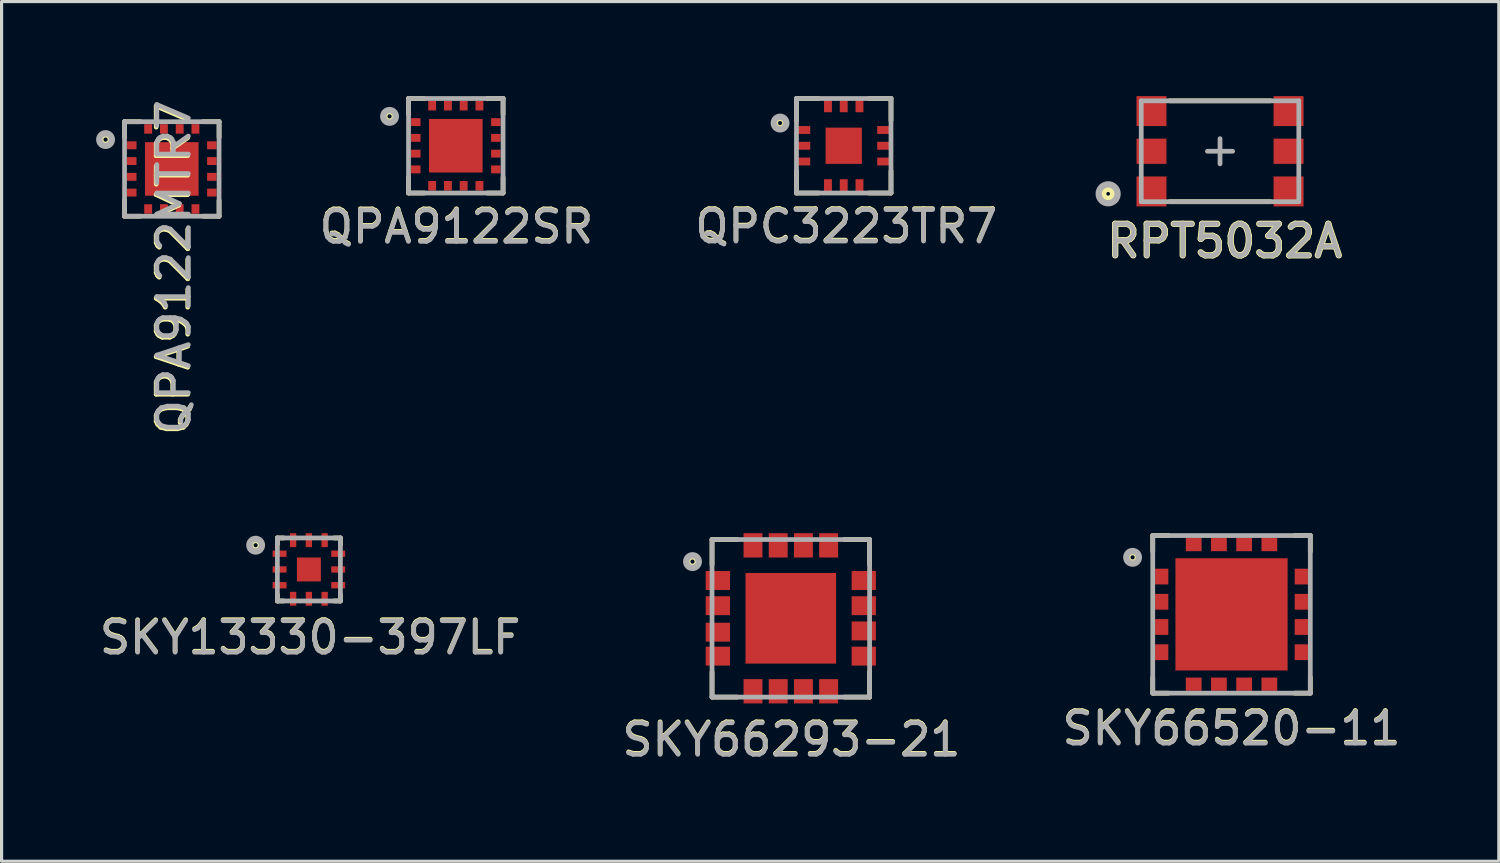
<source format=kicad_pcb>
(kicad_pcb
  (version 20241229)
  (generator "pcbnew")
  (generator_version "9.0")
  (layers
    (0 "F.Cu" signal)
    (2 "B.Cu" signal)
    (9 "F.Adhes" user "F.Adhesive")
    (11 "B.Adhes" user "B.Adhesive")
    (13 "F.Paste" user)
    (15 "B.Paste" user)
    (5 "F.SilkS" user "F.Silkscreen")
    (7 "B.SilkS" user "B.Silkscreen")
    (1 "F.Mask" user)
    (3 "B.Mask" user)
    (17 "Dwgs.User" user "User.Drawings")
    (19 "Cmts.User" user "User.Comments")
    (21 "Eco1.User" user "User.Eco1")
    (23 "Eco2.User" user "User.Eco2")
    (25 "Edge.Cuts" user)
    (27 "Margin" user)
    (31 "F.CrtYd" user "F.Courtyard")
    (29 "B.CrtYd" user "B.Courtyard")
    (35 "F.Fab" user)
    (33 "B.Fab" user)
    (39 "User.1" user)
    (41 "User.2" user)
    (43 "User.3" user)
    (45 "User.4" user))
  (footprint "SKY66520-11"
    (layer "F.Cu")
    (at 36.03 16.446)
    (property "Reference" "SKY66520-11" (at 0 3.6 0) (layer "F.SilkS") (effects (font (size 1 1) (thickness 0.15))))
    (attr smd)
    (fp_line (start -2.5 -2.5) (end -2 -2.5) (stroke (width 0.15) (type solid)) (layer "F.SilkS"))
    (fp_line (start -2.5 -2) (end -2.5 -2.5) (stroke (width 0.15) (type solid)) (layer "F.SilkS"))
    (fp_line (start -2.5 2.5) (end -2.5 2) (stroke (width 0.15) (type solid)) (layer "F.SilkS"))
    (fp_line (start -2.5 2.5) (end -2 2.5) (stroke (width 0.15) (type solid)) (layer "F.SilkS"))
    (fp_line (start 2 -2.5) (end 2.5 -2.5) (stroke (width 0.15) (type solid)) (layer "F.SilkS"))
    (fp_line (start 2 2.5) (end 2.5 2.5) (stroke (width 0.15) (type solid)) (layer "F.SilkS"))
    (fp_line (start 2.5 -2) (end 2.5 -2.5) (stroke (width 0.15) (type solid)) (layer "F.SilkS"))
    (fp_line (start 2.5 2.5) (end 2.5 2) (stroke (width 0.15) (type solid)) (layer "F.SilkS"))
    (fp_circle (center -3.14 -1.81) (end -3.24 -1.91) (stroke (width 0.15) (type solid)) (fill no) (layer "F.SilkS"))
    (fp_line (start -2.5 -2.5) (end -2.5 2.5) (stroke (width 0.15) (type solid)) (layer "F.Fab"))
    (fp_line (start -2.5 2.5) (end 2.5 2.5) (stroke (width 0.15) (type solid)) (layer "F.Fab"))
    (fp_line (start 2.5 -2.5) (end -2.5 -2.5) (stroke (width 0.15) (type solid)) (layer "F.Fab"))
    (fp_line (start 2.5 -2.5) (end 2.5 2.5) (stroke (width 0.15) (type solid)) (layer "F.Fab"))
    (fp_circle (center -3.14 -1.81) (end -3.14 -2.01) (stroke (width 0.2) (type solid)) (fill no) (layer "F.Fab"))
    (fp_text user "${REFERENCE}" (at 0 3.63 0) (layer "F.Fab") (effects (font (size 1 1) (thickness 0.15))))
    (pad "1" smd rect (at -2.215 -1.2) (size 0.42 0.5) (layers "F.Cu" "F.Mask" "F.Paste"))
    (pad "2" smd rect (at -2.215 -0.4) (size 0.42 0.5) (layers "F.Cu" "F.Mask" "F.Paste"))
    (pad "3" smd rect (at -2.215 0.4) (size 0.42 0.5) (layers "F.Cu" "F.Mask" "F.Paste"))
    (pad "4" smd rect (at -2.215 1.2) (size 0.42 0.5) (layers "F.Cu" "F.Mask" "F.Paste"))
    (pad "5" smd rect (at -1.2 2.215) (size 0.5 0.42) (layers "F.Cu" "F.Mask" "F.Paste"))
    (pad "6" smd rect (at -0.4 2.215) (size 0.5 0.42) (layers "F.Cu" "F.Mask" "F.Paste"))
    (pad "7" smd rect (at 0.4 2.215) (size 0.5 0.42) (layers "F.Cu" "F.Mask" "F.Paste"))
    (pad "8" smd rect (at 1.2 2.215) (size 0.5 0.42) (layers "F.Cu" "F.Mask" "F.Paste"))
    (pad "9" smd rect (at 2.215 1.2) (size 0.42 0.5) (layers "F.Cu" "F.Mask" "F.Paste"))
    (pad "10" smd rect (at 2.215 0.4) (size 0.42 0.5) (layers "F.Cu" "F.Mask" "F.Paste"))
    (pad "11" smd rect (at 2.215 -0.4) (size 0.42 0.5) (layers "F.Cu" "F.Mask" "F.Paste"))
    (pad "12" smd rect (at 2.215 -1.2) (size 0.42 0.5) (layers "F.Cu" "F.Mask" "F.Paste"))
    (pad "13" smd rect (at 1.2 -2.215) (size 0.5 0.42) (layers "F.Cu" "F.Mask" "F.Paste"))
    (pad "14" smd rect (at 0.4 -2.215) (size 0.5 0.42) (layers "F.Cu" "F.Mask" "F.Paste"))
    (pad "15" smd rect (at -0.4 -2.215) (size 0.5 0.42) (layers "F.Cu" "F.Mask" "F.Paste"))
    (pad "16" smd rect (at -1.2 -2.215) (size 0.5 0.42) (layers "F.Cu" "F.Mask" "F.Paste"))
    (pad "17" smd rect (at 0 0) (size 3.56 3.56) (layers "F.Cu" "F.Mask" "F.Paste")))
  (footprint "RPT5032A"
    (layer "F.Cu")
    (at 35.665 1.75)
    (property "Reference" "RPT5032A" (at 0.15 2.85 0) (layer "F.SilkS") (effects (font (size 1 1) (thickness 0.2))))
    (attr through_hole)
    (fp_line (start -1.6 -1.6) (end 1.6 -1.6) (stroke (width 0.15) (type solid)) (layer "F.SilkS"))
    (fp_line (start -1.6 1.6) (end 1.6 1.6) (stroke (width 0.15) (type solid)) (layer "F.SilkS"))
    (fp_circle (center -3.55 1.35) (end -3.4 1.4) (stroke (width 0.2) (type solid)) (fill no) (layer "F.SilkS"))
    (fp_line (start -2.5 -1.6) (end -2.5 1.6) (stroke (width 0.15) (type solid)) (layer "F.Fab"))
    (fp_line (start -2.5 -1.6) (end 2.5 -1.6) (stroke (width 0.15) (type solid)) (layer "F.Fab"))
    (fp_line (start -2.5 1.6) (end 2.5 1.6) (stroke (width 0.15) (type solid)) (layer "F.Fab"))
    (fp_line (start -0.4 0) (end 0.4 0) (stroke (width 0.15) (type solid)) (layer "F.Fab"))
    (fp_line (start 0 -0.4) (end 0 0.4) (stroke (width 0.15) (type solid)) (layer "F.Fab"))
    (fp_line (start 2.5 -1.6) (end 2.5 1.6) (stroke (width 0.15) (type solid)) (layer "F.Fab"))
    (fp_circle (center -3.55 1.35) (end -3.25 1.35) (stroke (width 0.2) (type solid)) (fill no) (layer "F.Fab"))
    (fp_text user "${REFERENCE}" (at 0.15 2.85 0) (layer "F.Fab") (effects (font (size 1 1) (thickness 0.15))))
    (pad "1" smd rect (at -2.175 1.275) (size 0.95 0.95) (layers "F.Cu" "F.Mask" "F.Paste"))
    (pad "2" smd rect (at 2.175 1.275) (size 0.95 0.95) (layers "F.Cu" "F.Mask" "F.Paste"))
    (pad "3" smd rect (at 2.175 0) (size 0.95 0.8) (layers "F.Cu" "F.Mask" "F.Paste"))
    (pad "4" smd rect (at 2.175 -1.275) (size 0.95 0.95) (layers "F.Cu" "F.Mask" "F.Paste"))
    (pad "5" smd rect (at -2.175 -1.275) (size 0.95 0.95) (layers "F.Cu" "F.Mask" "F.Paste"))
    (pad "6" smd rect (at -2.175 0) (size 0.95 0.8) (layers "F.Cu" "F.Mask" "F.Paste")))
  (footprint "SKY13330-397LF"
    (layer "F.Cu")
    (at 6.752 15.021)
    (property "Reference" "SKY13330-397LF" (at 0.04 2.14 0) (layer "F.SilkS") (effects (font (size 1 1) (thickness 0.15))))
    (attr smd)
    (fp_line (start -1 -1) (end -0.8 -1) (stroke (width 0.15) (type solid)) (layer "F.SilkS"))
    (fp_line (start -1 -0.8) (end -1 -1) (stroke (width 0.15) (type solid)) (layer "F.SilkS"))
    (fp_line (start -1 1) (end -1 0.8) (stroke (width 0.15) (type solid)) (layer "F.SilkS"))
    (fp_line (start -1 1) (end -0.8 1) (stroke (width 0.15) (type solid)) (layer "F.SilkS"))
    (fp_line (start 0.8 -1) (end 1 -1) (stroke (width 0.15) (type solid)) (layer "F.SilkS"))
    (fp_line (start 0.8 1) (end 1 1) (stroke (width 0.15) (type solid)) (layer "F.SilkS"))
    (fp_line (start 1 -0.8) (end 1 -1) (stroke (width 0.15) (type solid)) (layer "F.SilkS"))
    (fp_line (start 1 1) (end 1 0.8) (stroke (width 0.15) (type solid)) (layer "F.SilkS"))
    (fp_circle (center -1.69 -0.77) (end -1.79 -0.87) (stroke (width 0.15) (type solid)) (fill no) (layer "F.SilkS"))
    (fp_line (start -1 -1) (end -1 1) (stroke (width 0.15) (type solid)) (layer "F.Fab"))
    (fp_line (start -1 -1) (end 1 -1) (stroke (width 0.15) (type solid)) (layer "F.Fab"))
    (fp_line (start -1 1) (end 1 1) (stroke (width 0.15) (type solid)) (layer "F.Fab"))
    (fp_line (start 1 -1) (end 1 1) (stroke (width 0.15) (type solid)) (layer "F.Fab"))
    (fp_circle (center -1.69 -0.77) (end -1.69 -0.97) (stroke (width 0.2) (type solid)) (fill no) (layer "F.Fab"))
    (fp_text user "${REFERENCE}" (at 0.04 2.17 0) (layer "F.Fab") (effects (font (size 1 1) (thickness 0.15))))
    (pad "1" smd rect (at -0.93 -0.5) (size 0.44 0.2) (layers "F.Cu" "F.Mask" "F.Paste"))
    (pad "2" smd rect (at -0.93 0) (size 0.44 0.2) (layers "F.Cu" "F.Mask" "F.Paste"))
    (pad "3" smd rect (at -0.93 0.5) (size 0.44 0.2) (layers "F.Cu" "F.Mask" "F.Paste"))
    (pad "4" smd rect (at -0.5 0.93 90) (size 0.44 0.2) (layers "F.Cu" "F.Mask" "F.Paste"))
    (pad "5" smd rect (at 0 0.93 90) (size 0.44 0.2) (layers "F.Cu" "F.Mask" "F.Paste"))
    (pad "6" smd rect (at 0.5 0.93 90) (size 0.44 0.2) (layers "F.Cu" "F.Mask" "F.Paste"))
    (pad "7" smd rect (at 0.93 0.5) (size 0.44 0.2) (layers "F.Cu" "F.Mask" "F.Paste"))
    (pad "8" smd rect (at 0.93 0) (size 0.44 0.2) (layers "F.Cu" "F.Mask" "F.Paste"))
    (pad "9" smd rect (at 0.93 -0.5) (size 0.44 0.2) (layers "F.Cu" "F.Mask" "F.Paste"))
    (pad "10" smd rect (at 0.5 -0.93 90) (size 0.44 0.2) (layers "F.Cu" "F.Mask" "F.Paste"))
    (pad "11" smd rect (at 0 -0.93 90) (size 0.44 0.2) (layers "F.Cu" "F.Mask" "F.Paste"))
    (pad "12" smd rect (at -0.5 -0.93 90) (size 0.44 0.2) (layers "F.Cu" "F.Mask" "F.Paste"))
    (pad "13" smd rect (at 0 0) (size 0.76 0.76) (layers "F.Cu" "F.Mask" "F.Paste")))
  (footprint "QPC3223TR7"
    (layer "F.Cu")
    (at 23.724 1.575)
    (property "Reference" "QPC3223TR7" (at 0.08 2.54 0) (layer "F.SilkS") (effects (font (size 1 1) (thickness 0.15))))
    (attr smd)
    (fp_line (start -1.5 -1.5) (end -0.8 -1.5) (stroke (width 0.15) (type solid)) (layer "F.SilkS"))
    (fp_line (start -1.5 -0.8) (end -1.5 -1.5) (stroke (width 0.15) (type solid)) (layer "F.SilkS"))
    (fp_line (start -1.5 1.5) (end -1.5 0.8) (stroke (width 0.15) (type solid)) (layer "F.SilkS"))
    (fp_line (start -1.5 1.5) (end -0.8 1.5) (stroke (width 0.15) (type solid)) (layer "F.SilkS"))
    (fp_line (start 0.8 -1.5) (end 1.5 -1.5) (stroke (width 0.15) (type solid)) (layer "F.SilkS"))
    (fp_line (start 0.8 1.5) (end 1.5 1.5) (stroke (width 0.15) (type solid)) (layer "F.SilkS"))
    (fp_line (start 1.5 -0.8) (end 1.5 -1.5) (stroke (width 0.15) (type solid)) (layer "F.SilkS"))
    (fp_line (start 1.5 1.5) (end 1.5 0.8) (stroke (width 0.15) (type solid)) (layer "F.SilkS"))
    (fp_circle (center -2.02 -0.72) (end -2.12 -0.82) (stroke (width 0.15) (type solid)) (fill no) (layer "F.SilkS"))
    (fp_line (start -1.5 -1.5) (end 1.5 -1.5) (stroke (width 0.15) (type solid)) (layer "F.Fab"))
    (fp_line (start -1.5 1.5) (end -1.5 -1.5) (stroke (width 0.15) (type solid)) (layer "F.Fab"))
    (fp_line (start -1.5 1.5) (end 1.5 1.5) (stroke (width 0.15) (type solid)) (layer "F.Fab"))
    (fp_line (start 1.5 1.5) (end 1.5 -1.5) (stroke (width 0.15) (type solid)) (layer "F.Fab"))
    (fp_circle (center -2.02 -0.72) (end -2.02 -0.92) (stroke (width 0.2) (type solid)) (fill no) (layer "F.Fab"))
    (fp_text user "${REFERENCE}" (at 0.08 2.57 0) (layer "F.Fab") (effects (font (size 1 1) (thickness 0.15))))
    (pad "1" smd rect (at -1.288 -0.5) (size 0.45 0.25) (layers "F.Cu" "F.Mask" "F.Paste"))
    (pad "2" smd rect (at -1.288 0) (size 0.45 0.25) (layers "F.Cu" "F.Mask" "F.Paste"))
    (pad "3" smd rect (at -1.288 0.5) (size 0.45 0.25) (layers "F.Cu" "F.Mask" "F.Paste"))
    (pad "4" smd rect (at -0.5 1.288 90) (size 0.45 0.25) (layers "F.Cu" "F.Mask" "F.Paste"))
    (pad "5" smd rect (at 0 1.288 90) (size 0.45 0.25) (layers "F.Cu" "F.Mask" "F.Paste"))
    (pad "6" smd rect (at 0.5 1.288 90) (size 0.45 0.25) (layers "F.Cu" "F.Mask" "F.Paste"))
    (pad "7" smd rect (at 1.288 0.5) (size 0.45 0.25) (layers "F.Cu" "F.Mask" "F.Paste"))
    (pad "8" smd rect (at 1.288 0) (size 0.45 0.25) (layers "F.Cu" "F.Mask" "F.Paste"))
    (pad "9" smd rect (at 1.288 -0.5) (size 0.45 0.25) (layers "F.Cu" "F.Mask" "F.Paste"))
    (pad "10" smd rect (at 0.5 -1.288 90) (size 0.45 0.25) (layers "F.Cu" "F.Mask" "F.Paste"))
    (pad "11" smd rect (at 0 -1.288 90) (size 0.45 0.25) (layers "F.Cu" "F.Mask" "F.Paste"))
    (pad "12" smd rect (at -0.5 -1.288 90) (size 0.45 0.25) (layers "F.Cu" "F.Mask" "F.Paste"))
    (pad "13" smd rect (at 0 0) (size 1.15 1.15) (layers "F.Cu" "F.Mask" "F.Paste")))
  (footprint "SKY66293-21"
    (layer "F.Cu")
    (at 22.045 16.571)
    (property "Reference" "SKY66293-21" (at 0.02 3.83 0) (layer "F.SilkS") (effects (font (size 1 1) (thickness 0.15))))
    (attr smd)
    (fp_line (start -2.5 -2.5) (end -2.5 -1.7) (stroke (width 0.15) (type solid)) (layer "F.SilkS"))
    (fp_line (start -2.5 1.7) (end -2.5 2.5) (stroke (width 0.15) (type solid)) (layer "F.SilkS"))
    (fp_line (start -1.7 -2.5) (end -2.5 -2.5) (stroke (width 0.15) (type solid)) (layer "F.SilkS"))
    (fp_line (start -1.7 2.5) (end -2.5 2.5) (stroke (width 0.15) (type solid)) (layer "F.SilkS"))
    (fp_line (start 2.5 -2.5) (end 1.7 -2.5) (stroke (width 0.15) (type solid)) (layer "F.SilkS"))
    (fp_line (start 2.5 -2.5) (end 2.5 -1.7) (stroke (width 0.15) (type solid)) (layer "F.SilkS"))
    (fp_line (start 2.5 1.7) (end 2.5 2.5) (stroke (width 0.15) (type solid)) (layer "F.SilkS"))
    (fp_line (start 2.5 2.5) (end 1.7 2.5) (stroke (width 0.15) (type solid)) (layer "F.SilkS"))
    (fp_circle (center -3.12 -1.8) (end -3.22 -1.9) (stroke (width 0.15) (type solid)) (fill no) (layer "F.SilkS"))
    (fp_line (start -2.5 -2.5) (end -2.5 2.5) (stroke (width 0.15) (type solid)) (layer "F.Fab"))
    (fp_line (start -2.5 -2.5) (end 2.5 -2.5) (stroke (width 0.15) (type solid)) (layer "F.Fab"))
    (fp_line (start -2.5 2.5) (end 2.5 2.5) (stroke (width 0.15) (type solid)) (layer "F.Fab"))
    (fp_line (start 2.5 -2.5) (end 2.5 2.5) (stroke (width 0.15) (type solid)) (layer "F.Fab"))
    (fp_circle (center -3.12 -1.8) (end -3.12 -2) (stroke (width 0.2) (type solid)) (fill no) (layer "F.Fab"))
    (fp_text user "${REFERENCE}" (at 0.02 3.86 0) (layer "F.Fab") (effects (font (size 1 1) (thickness 0.15))))
    (pad "1" smd rect (at -2.315 -1.2) (size 0.77 0.6) (layers "F.Cu" "F.Mask" "F.Paste"))
    (pad "2" smd rect (at -2.315 -0.4) (size 0.77 0.6) (layers "F.Cu" "F.Mask" "F.Paste"))
    (pad "3" smd rect (at -2.315 0.44) (size 0.77 0.6) (layers "F.Cu" "F.Mask" "F.Paste"))
    (pad "4" smd rect (at -2.315 1.2) (size 0.77 0.6) (layers "F.Cu" "F.Mask" "F.Paste"))
    (pad "5" smd rect (at -1.2 2.315) (size 0.6 0.77) (layers "F.Cu" "F.Mask" "F.Paste"))
    (pad "6" smd rect (at -0.4 2.315) (size 0.6 0.77) (layers "F.Cu" "F.Mask" "F.Paste"))
    (pad "7" smd rect (at 0.4 2.315) (size 0.6 0.77) (layers "F.Cu" "F.Mask" "F.Paste"))
    (pad "8" smd rect (at 1.2 2.315) (size 0.6 0.77) (layers "F.Cu" "F.Mask" "F.Paste"))
    (pad "9" smd rect (at 2.315 1.2) (size 0.77 0.6) (layers "F.Cu" "F.Mask" "F.Paste"))
    (pad "10" smd rect (at 2.315 0.4) (size 0.77 0.6) (layers "F.Cu" "F.Mask" "F.Paste"))
    (pad "11" smd rect (at 2.315 -0.4) (size 0.77 0.6) (layers "F.Cu" "F.Mask" "F.Paste"))
    (pad "12" smd rect (at 2.315 -1.2) (size 0.77 0.6) (layers "F.Cu" "F.Mask" "F.Paste"))
    (pad "13" smd rect (at 1.2 -2.315) (size 0.6 0.77) (layers "F.Cu" "F.Mask" "F.Paste"))
    (pad "14" smd rect (at 0.4 -2.315) (size 0.6 0.77) (layers "F.Cu" "F.Mask" "F.Paste"))
    (pad "15" smd rect (at -0.4 -2.315) (size 0.6 0.77) (layers "F.Cu" "F.Mask" "F.Paste"))
    (pad "16" smd rect (at -1.2 -2.315) (size 0.6 0.77) (layers "F.Cu" "F.Mask" "F.Paste"))
    (pad "17" smd rect (at 0 0) (size 2.875 2.875) (layers "F.Cu" "F.Mask" "F.Paste")))
  (footprint "QPA9122MTR7"
    (layer "F.Cu")
    (at 2.402 2.311)
    (property "Reference" "QPA9122MTR7" (at 0.05 3.15 90) (layer "F.SilkS") (effects (font (size 1 1) (thickness 0.15))))
    (attr smd)
    (fp_line (start -1.5 -1.5) (end -1.5 -1) (stroke (width 0.15) (type solid)) (layer "F.SilkS"))
    (fp_line (start -1.5 1) (end -1.5 1.5) (stroke (width 0.15) (type solid)) (layer "F.SilkS"))
    (fp_line (start -1 -1.5) (end -1.5 -1.5) (stroke (width 0.15) (type solid)) (layer "F.SilkS"))
    (fp_line (start -1 1.5) (end -1.5 1.5) (stroke (width 0.15) (type solid)) (layer "F.SilkS"))
    (fp_line (start 1.5 -1.5) (end 1 -1.5) (stroke (width 0.15) (type solid)) (layer "F.SilkS"))
    (fp_line (start 1.5 -1.5) (end 1.5 -1) (stroke (width 0.15) (type solid)) (layer "F.SilkS"))
    (fp_line (start 1.5 1) (end 1.5 1.5) (stroke (width 0.15) (type solid)) (layer "F.SilkS"))
    (fp_line (start 1.5 1.5) (end 1 1.5) (stroke (width 0.15) (type solid)) (layer "F.SilkS"))
    (fp_circle (center -2.102 -0.932) (end -2.202 -1.032) (stroke (width 0.15) (type solid)) (fill no) (layer "F.SilkS"))
    (fp_line (start -1.5 1.5) (end -1.5 -1.5) (stroke (width 0.15) (type solid)) (layer "F.Fab"))
    (fp_line (start -1.5 1.5) (end 1.5 1.5) (stroke (width 0.15) (type solid)) (layer "F.Fab"))
    (fp_line (start 1.5 -1.5) (end -1.5 -1.5) (stroke (width 0.15) (type solid)) (layer "F.Fab"))
    (fp_line (start 1.5 -1.5) (end 1.5 1.5) (stroke (width 0.15) (type solid)) (layer "F.Fab"))
    (fp_circle (center -2.102 -0.932) (end -2.102 -1.132) (stroke (width 0.2) (type solid)) (fill no) (layer "F.Fab"))
    (fp_text user "${REFERENCE}" (at 0.07 3.1 90) (layer "F.Fab") (effects (font (size 1 1) (thickness 0.15))))
    (pad "1" smd rect (at -1.27 -0.75) (size 0.3 0.25) (layers "F.Cu" "F.Mask" "F.Paste"))
    (pad "2" smd rect (at -1.27 -0.25) (size 0.3 0.25) (layers "F.Cu" "F.Mask" "F.Paste"))
    (pad "3" smd rect (at -1.27 0.25) (size 0.3 0.25) (layers "F.Cu" "F.Mask" "F.Paste"))
    (pad "4" smd rect (at -1.27 0.75) (size 0.3 0.25) (layers "F.Cu" "F.Mask" "F.Paste"))
    (pad "5" smd rect (at -0.75 1.27) (size 0.25 0.3) (layers "F.Cu" "F.Mask" "F.Paste"))
    (pad "6" smd rect (at -0.25 1.27) (size 0.25 0.3) (layers "F.Cu" "F.Mask" "F.Paste"))
    (pad "7" smd rect (at 0.25 1.27) (size 0.25 0.3) (layers "F.Cu" "F.Mask" "F.Paste"))
    (pad "8" smd rect (at 0.75 1.27) (size 0.25 0.3) (layers "F.Cu" "F.Mask" "F.Paste"))
    (pad "9" smd rect (at 1.27 0.75) (size 0.3 0.25) (layers "F.Cu" "F.Mask" "F.Paste"))
    (pad "10" smd rect (at 1.27 0.25) (size 0.3 0.25) (layers "F.Cu" "F.Mask" "F.Paste"))
    (pad "11" smd rect (at 1.27 -0.25) (size 0.3 0.25) (layers "F.Cu" "F.Mask" "F.Paste"))
    (pad "12" smd rect (at 1.27 -0.75) (size 0.3 0.25) (layers "F.Cu" "F.Mask" "F.Paste"))
    (pad "13" smd rect (at 0.75 -1.27) (size 0.25 0.3) (layers "F.Cu" "F.Mask" "F.Paste"))
    (pad "14" smd rect (at 0.25 -1.27) (size 0.25 0.3) (layers "F.Cu" "F.Mask" "F.Paste"))
    (pad "15" smd rect (at -0.25 -1.27) (size 0.25 0.3) (layers "F.Cu" "F.Mask" "F.Paste"))
    (pad "16" smd rect (at -0.75 -1.27) (size 0.25 0.3) (layers "F.Cu" "F.Mask" "F.Paste"))
    (pad "17" smd rect (at 0 0) (size 1.7 1.7) (layers "F.Cu" "F.Mask" "F.Paste")))
  (footprint "QPA9122SR"
    (layer "F.Cu")
    (at 11.414 1.575)
    (property "Reference" "QPA9122SR" (at 0.021 2.55 0) (layer "F.SilkS") (effects (font (size 1 1) (thickness 0.15))))
    (attr smd)
    (fp_line (start -1.5 -1.5) (end -1.5 -1) (stroke (width 0.15) (type solid)) (layer "F.SilkS"))
    (fp_line (start -1.5 1) (end -1.5 1.5) (stroke (width 0.15) (type solid)) (layer "F.SilkS"))
    (fp_line (start -1 -1.5) (end -1.5 -1.5) (stroke (width 0.15) (type solid)) (layer "F.SilkS"))
    (fp_line (start -1 1.5) (end -1.5 1.5) (stroke (width 0.15) (type solid)) (layer "F.SilkS"))
    (fp_line (start 1.5 -1.5) (end 1 -1.5) (stroke (width 0.15) (type solid)) (layer "F.SilkS"))
    (fp_line (start 1.5 -1.5) (end 1.5 -1) (stroke (width 0.15) (type solid)) (layer "F.SilkS"))
    (fp_line (start 1.5 1) (end 1.5 1.5) (stroke (width 0.15) (type solid)) (layer "F.SilkS"))
    (fp_line (start 1.5 1.5) (end 1 1.5) (stroke (width 0.15) (type solid)) (layer "F.SilkS"))
    (fp_circle (center -2.102 -0.932) (end -2.202 -1.032) (stroke (width 0.15) (type solid)) (fill no) (layer "F.SilkS"))
    (fp_line (start -1.5 1.5) (end -1.5 -1.5) (stroke (width 0.15) (type solid)) (layer "F.Fab"))
    (fp_line (start -1.5 1.5) (end 1.5 1.5) (stroke (width 0.15) (type solid)) (layer "F.Fab"))
    (fp_line (start 1.5 -1.5) (end -1.5 -1.5) (stroke (width 0.15) (type solid)) (layer "F.Fab"))
    (fp_line (start 1.5 -1.5) (end 1.5 1.5) (stroke (width 0.15) (type solid)) (layer "F.Fab"))
    (fp_circle (center -2.102 -0.932) (end -2.102 -1.132) (stroke (width 0.2) (type solid)) (fill no) (layer "F.Fab"))
    (fp_text user "${REFERENCE}" (at 0.021 2.58 0) (layer "F.Fab") (effects (font (size 1 1) (thickness 0.15))))
    (pad "1" smd rect (at -1.27 -0.75) (size 0.3 0.25) (layers "F.Cu" "F.Mask" "B.Paste"))
    (pad "2" smd rect (at -1.27 -0.25) (size 0.3 0.25) (layers "F.Cu" "F.Mask" "B.Paste"))
    (pad "3" smd rect (at -1.27 0.25) (size 0.3 0.25) (layers "F.Cu" "F.Mask" "B.Paste"))
    (pad "4" smd rect (at -1.27 0.75) (size 0.3 0.25) (layers "F.Cu" "F.Mask" "B.Paste"))
    (pad "5" smd rect (at -0.75 1.27) (size 0.25 0.3) (layers "F.Cu" "F.Mask" "B.Paste"))
    (pad "6" smd rect (at -0.25 1.27) (size 0.25 0.3) (layers "F.Cu" "F.Mask" "B.Paste"))
    (pad "7" smd rect (at 0.25 1.27) (size 0.25 0.3) (layers "F.Cu" "F.Mask" "B.Paste"))
    (pad "8" smd rect (at 0.75 1.27) (size 0.25 0.3) (layers "F.Cu" "F.Mask" "B.Paste"))
    (pad "9" smd rect (at 1.27 0.75) (size 0.3 0.25) (layers "F.Cu" "F.Mask" "B.Paste"))
    (pad "10" smd rect (at 1.27 0.25) (size 0.3 0.25) (layers "F.Cu" "F.Mask" "B.Paste"))
    (pad "11" smd rect (at 1.27 -0.25) (size 0.3 0.25) (layers "F.Cu" "F.Mask" "B.Paste"))
    (pad "12" smd rect (at 1.27 -0.75) (size 0.3 0.25) (layers "F.Cu" "F.Mask" "B.Paste"))
    (pad "13" smd rect (at 0.75 -1.27) (size 0.25 0.3) (layers "F.Cu" "F.Mask" "B.Paste"))
    (pad "14" smd rect (at 0.25 -1.27) (size 0.25 0.3) (layers "F.Cu" "F.Mask" "B.Paste"))
    (pad "15" smd rect (at -0.25 -1.27) (size 0.25 0.3) (layers "F.Cu" "F.Mask" "B.Paste"))
    (pad "16" smd rect (at -0.75 -1.27) (size 0.25 0.3) (layers "F.Cu" "F.Mask" "B.Paste"))
    (pad "17" smd rect (at 0 0) (size 1.7 1.7) (layers "F.Cu" "F.Mask" "F.Paste")))
  (gr_rect
    (start -3 -3)
    (end 44.512 24.28)
    (stroke (width 0.1) (type default))
    (fill no)
    (layer "Edge.Cuts")))
</source>
